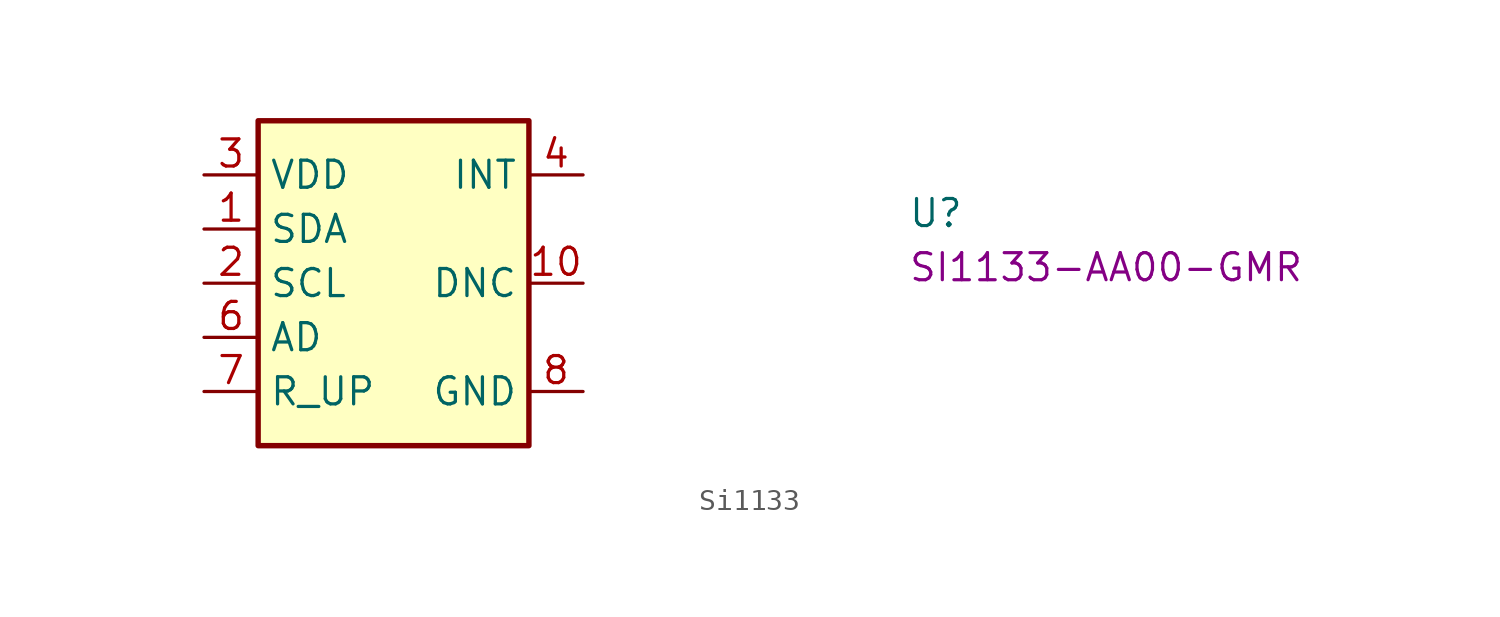
<source format=kicad_sym>
(kicad_symbol_lib
  (version 20220914)
  (generator kicad_symbol_editor)
  (symbol "Si1133"
    (property "Reference" "U"
      (at 33.02 -2.54 0)
      (effects (font (size 1.27 1.27) (thickness 0.15)) (justify left bottom)))
    (property "MPN" "SI1133-AA00-GMR"
      (at 33.02 -5.08 0)
      (effects (font (size 1.27 1.27) (thickness 0.15)) (justify left bottom)))
    (symbol "Si1133_1_1"
      (rectangle (start 2.54 2.54) (end 15.24 -12.7) (stroke (width 0.254) (type default)) (fill (type background)))
      (pin input line (at 0 -2.54 0) (length 2.54) (name "SDA" (effects (font (size 1.27 1.27)))) (number "1" (effects (font (size 1.27 1.27)))))
      (pin bidirectional line (at 17.78 -5.08 180) (length 2.54) (name "DNC" (effects (font (size 1.27 1.27)))) (number "10" (effects (font (size 1.27 1.27)))))
      (pin input line (at 0 -5.08 0) (length 2.54) (name "SCL" (effects (font (size 1.27 1.27)))) (number "2" (effects (font (size 1.27 1.27)))))
      (pin power_in line (at 0 0 0) (length 2.54) (name "VDD" (effects (font (size 1.27 1.27)))) (number "3" (effects (font (size 1.27 1.27)))))
      (pin bidirectional line (at 17.78 0 180) (length 2.54) (name "INT" (effects (font (size 1.27 1.27)))) (number "4" (effects (font (size 1.27 1.27)))))
      (pin passive line (at 17.78 -5.08 180) (length 2.54) hide (name "DNC" (effects (font (size 1.27 1.27)))) (number "5" (effects (font (size 1.27 1.27)))))
      (pin input line (at 0 -7.62 0) (length 2.54) (name "AD" (effects (font (size 1.27 1.27)))) (number "6" (effects (font (size 1.27 1.27)))))
      (pin input line (at 0 -10.16 0) (length 2.54) (name "R_UP" (effects (font (size 1.27 1.27)))) (number "7" (effects (font (size 1.27 1.27)))))
      (pin power_in line (at 17.78 -10.16 180) (length 2.54) (name "GND" (effects (font (size 1.27 1.27)))) (number "8" (effects (font (size 1.27 1.27)))))
      (pin passive line (at 0 -10.16 0) (length 2.54) hide (name "R_UP" (effects (font (size 1.27 1.27)))) (number "9" (effects (font (size 1.27 1.27))))))))
</source>
